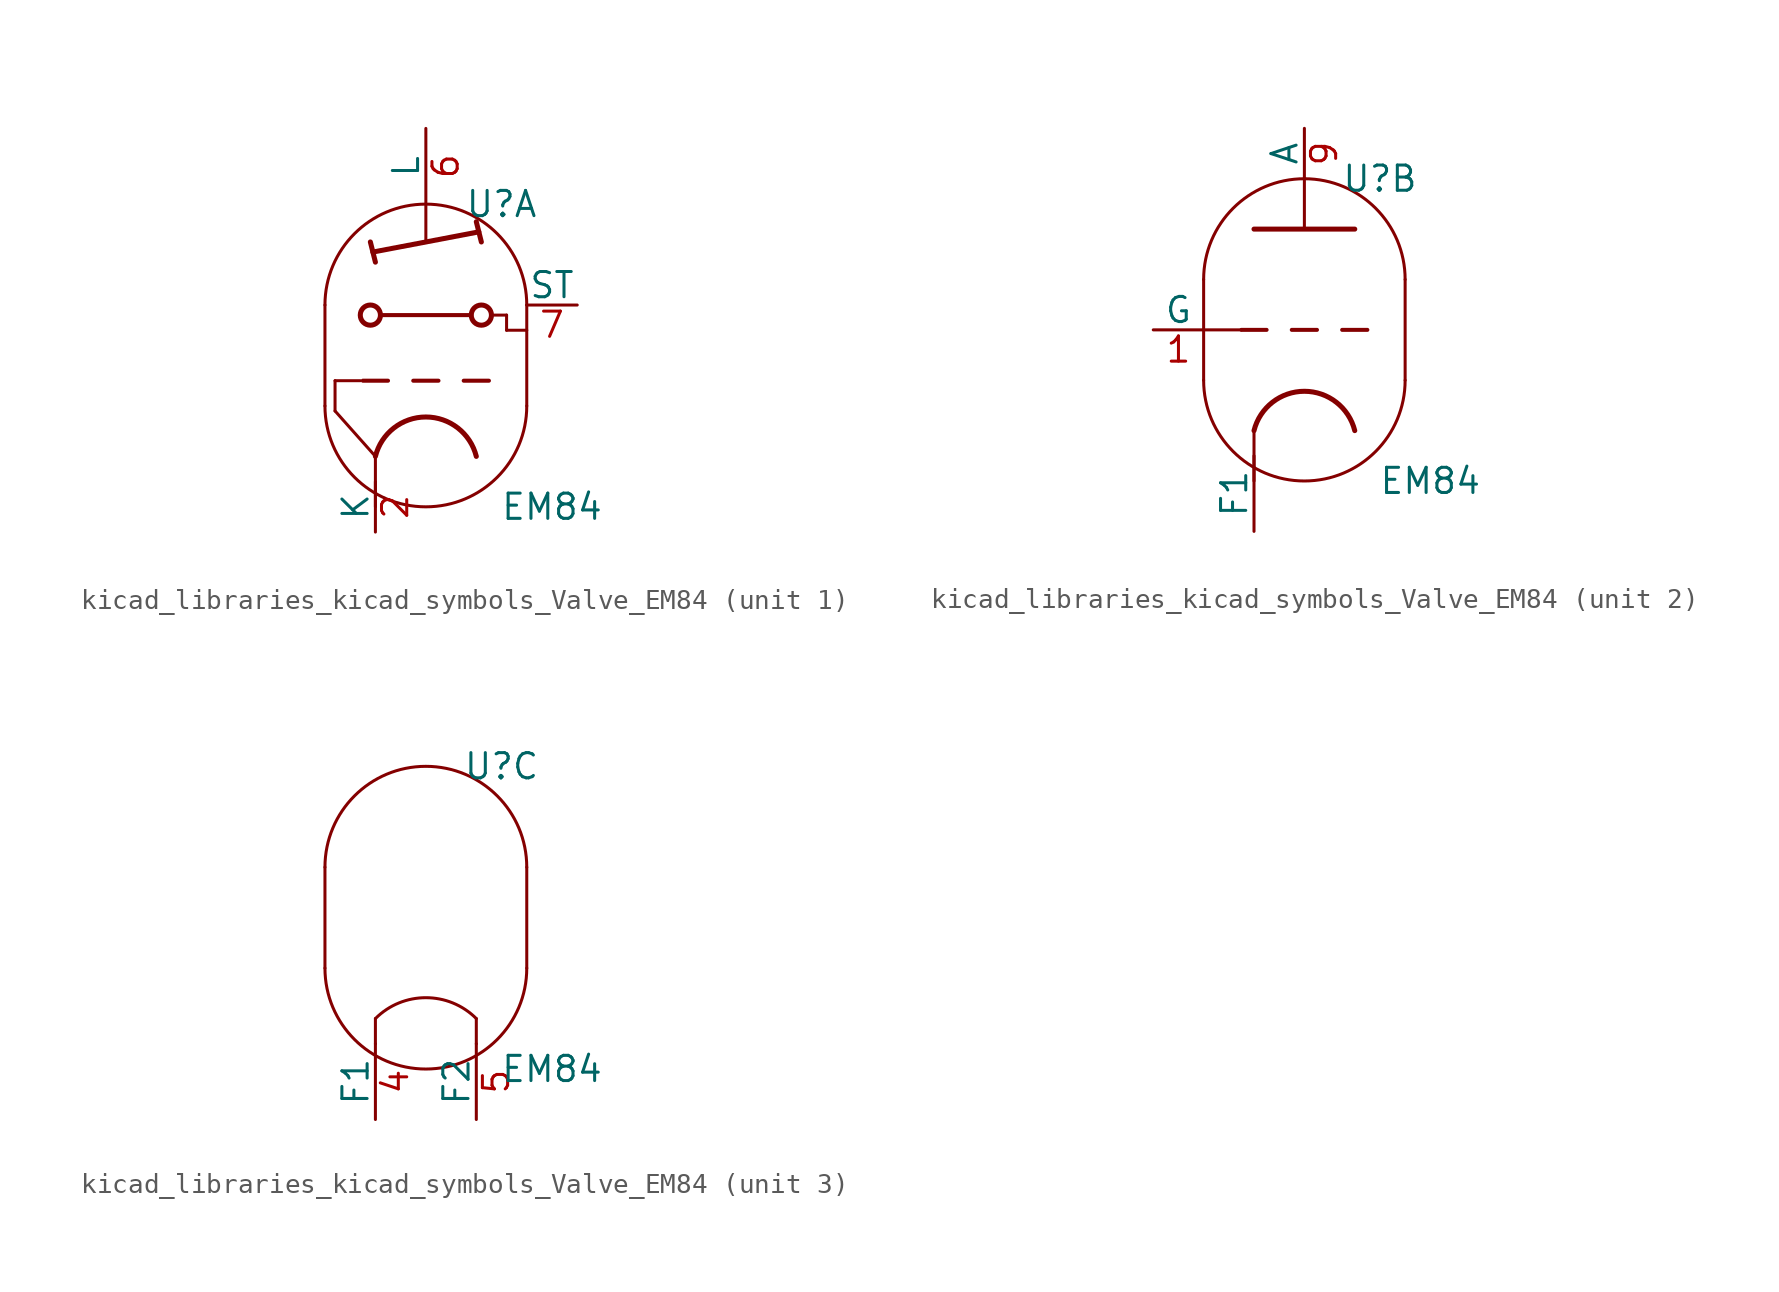
<source format=kicad_sym>
(kicad_symbol_lib
  (version 20220914)
  (generator kicad_symbol_editor)
  (symbol "kicad_libraries_kicad_symbols_Valve_EM84"
    (pin_names
      (offset 0))
    (property "Reference" "U"
      (at 3.81 7.62 0)
      (effects (font (size 1.27 1.27))))
    (property "Value" "EM84"
      (at 6.35 -7.62 0)
      (effects (font (size 1.27 1.27))))
    (property "ki_locked" ""
      (at 0 0 0)
      (effects (font (size 1.27 1.27))))
    (symbol "kicad_libraries_kicad_symbols_Valve_EM84_0_1"
      (arc (start -5.08 -2.54) (mid 0 -7.5979) (end 5.08 -2.54) (stroke (width 0) (type default)) (fill (type none)))
      (polyline (pts (xy 5.08 2.54) (xy 5.08 -2.54)) (stroke (width 0) (type default)) (fill (type none)))
      (polyline (pts (xy -5.08 2.54) (xy -5.08 -2.54) (xy -5.08 -2.54)) (stroke (width 0) (type default)) (fill (type none)))
      (arc (start 5.08 2.54) (mid 0 7.5979) (end -5.08 2.54) (stroke (width 0) (type default)) (fill (type none))))
    (symbol "kicad_libraries_kicad_symbols_Valve_EM84_1_0"
      (polyline (pts (xy -2.54 -5.08) (xy -2.54 -7.62)) (stroke (width 0) (type default)) (fill (type none))))
    (symbol "kicad_libraries_kicad_symbols_Valve_EM84_1_1"
      (circle (center -2.794 2.032) (radius 0.508) (stroke (width 0.254) (type default)) (fill (type none)))
      (polyline (pts (xy -4.572 -2.794) (xy -2.54 -5.08)) (stroke (width 0) (type default)) (fill (type none)))
      (polyline (pts (xy -4.572 -1.27) (xy -4.572 -2.794)) (stroke (width 0) (type default)) (fill (type none)))
      (polyline (pts (xy -3.302 -1.27) (xy -4.572 -1.27)) (stroke (width 0) (type default)) (fill (type none)))
      (polyline (pts (xy -2.794 5.715) (xy -2.54 4.699)) (stroke (width 0.254) (type default)) (fill (type none)))
      (polyline (pts (xy -2.286 2.032) (xy 2.286 2.032)) (stroke (width 0.203) (type default)) (fill (type none)))
      (polyline (pts (xy -1.905 -1.27) (xy -3.175 -1.27)) (stroke (width 0.203) (type default)) (fill (type none)))
      (polyline (pts (xy -0.635 -1.27) (xy 0.635 -1.27)) (stroke (width 0.203) (type default)) (fill (type none)))
      (polyline (pts (xy 1.905 -1.27) (xy 3.175 -1.27)) (stroke (width 0.203) (type default)) (fill (type none)))
      (polyline (pts (xy 2.54 6.731) (xy 2.794 5.715)) (stroke (width 0.254) (type default)) (fill (type none)))
      (polyline (pts (xy 3.302 2.032) (xy 4.064 2.032)) (stroke (width 0) (type default)) (fill (type none)))
      (polyline (pts (xy 4.064 1.27) (xy 5.08 1.27)) (stroke (width 0) (type default)) (fill (type none)))
      (polyline (pts (xy 4.064 2.032) (xy 4.064 1.27)) (stroke (width 0) (type default)) (fill (type none)))
      (polyline (pts (xy -2.667 5.207) (xy 2.667 6.223) (xy 2.667 6.223)) (stroke (width 0.254) (type default)) (fill (type none)))
      (polyline (pts (xy 0 7.62) (xy 0 5.715) (xy 0 5.715)) (stroke (width 0) (type default)) (fill (type none)))
      (arc (start 2.54 -5.08) (mid 0 -3.0968) (end -2.54 -5.08) (stroke (width 0.254) (type default)) (fill (type none)))
      (circle (center 2.794 2.032) (radius 0.508) (stroke (width 0.254) (type default)) (fill (type none)))
      (pin bidirectional line (at -2.54 -8.89 90) (length 2.54) (name "K" (effects (font (size 1.27 1.27)))) (number "2" (effects (font (size 1.27 1.27)))))
      (pin output line (at 0 11.43 270) (length 3.81) (name "L" (effects (font (size 1.27 1.27)))) (number "6" (effects (font (size 1.27 1.27)))))
      (pin input line (at 7.62 2.54 180) (length 2.54) (name "ST" (effects (font (size 1.27 1.27)))) (number "7" (effects (font (size 1.27 1.27))))))
    (symbol "kicad_libraries_kicad_symbols_Valve_EM84_2_0"
      (polyline (pts (xy -2.54 -5.08) (xy -2.54 -7.62)) (stroke (width 0) (type default)) (fill (type none)))
      (polyline (pts (xy -0.635 0) (xy 0.635 0)) (stroke (width 0.203) (type default)) (fill (type none)))
      (polyline (pts (xy 1.905 0) (xy 3.175 0)) (stroke (width 0.203) (type default)) (fill (type none))))
    (symbol "kicad_libraries_kicad_symbols_Valve_EM84_2_1"
      (polyline (pts (xy -5.08 0) (xy -3.175 0)) (stroke (width 0) (type default)) (fill (type none)))
      (polyline (pts (xy -1.905 0) (xy -3.175 0)) (stroke (width 0.203) (type default)) (fill (type none)))
      (polyline (pts (xy 0 5.08) (xy 0 7.62)) (stroke (width 0) (type default)) (fill (type none)))
      (polyline (pts (xy 1.778 5.08) (xy 1.778 5.08)) (stroke (width 0) (type default)) (fill (type none)))
      (polyline (pts (xy -2.54 5.08) (xy 2.54 5.08) (xy 2.54 5.08)) (stroke (width 0.254) (type default)) (fill (type none)))
      (arc (start 2.54 -5.08) (mid 0 -3.0968) (end -2.54 -5.08) (stroke (width 0.254) (type default)) (fill (type none)))
      (pin input line (at -7.62 0 0) (length 2.54) (name "G" (effects (font (size 1.27 1.27)))) (number "1" (effects (font (size 1.27 1.27)))))
      (pin output line (at 0 10.16 270) (length 2.54) (name "A" (effects (font (size 1.27 1.27)))) (number "9" (effects (font (size 1.27 1.27)))))
      (pin power_in line (at -2.54 -10.16 90) (length 3.81) (name "F1" (effects (font (size 1.27 1.27)))) (number "~" (effects (font (size 1.27 1.27))))))
    (symbol "kicad_libraries_kicad_symbols_Valve_EM84_3_1"
      (polyline (pts (xy -2.54 -5.08) (xy -2.54 -6.35) (xy -2.54 -6.35)) (stroke (width 0) (type default)) (fill (type none)))
      (polyline (pts (xy 2.54 -5.08) (xy 2.54 -6.35) (xy 2.54 -6.35)) (stroke (width 0) (type default)) (fill (type none)))
      (arc (start 2.54 -5.08) (mid 0 -4.0279) (end -2.54 -5.08) (stroke (width 0) (type default)) (fill (type none)))
      (pin power_in line (at -2.54 -10.16 90) (length 3.81) (name "F1" (effects (font (size 1.27 1.27)))) (number "4" (effects (font (size 1.27 1.27)))))
      (pin power_in line (at 2.54 -10.16 90) (length 3.81) (name "F2" (effects (font (size 1.27 1.27)))) (number "5" (effects (font (size 1.27 1.27))))))))
</source>
